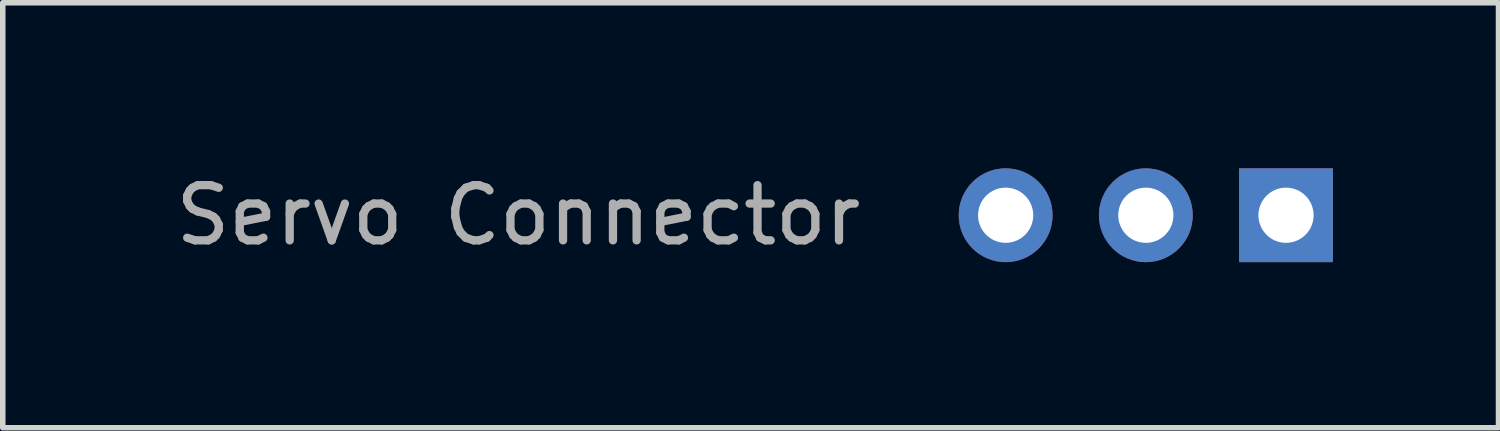
<source format=kicad_pcb>
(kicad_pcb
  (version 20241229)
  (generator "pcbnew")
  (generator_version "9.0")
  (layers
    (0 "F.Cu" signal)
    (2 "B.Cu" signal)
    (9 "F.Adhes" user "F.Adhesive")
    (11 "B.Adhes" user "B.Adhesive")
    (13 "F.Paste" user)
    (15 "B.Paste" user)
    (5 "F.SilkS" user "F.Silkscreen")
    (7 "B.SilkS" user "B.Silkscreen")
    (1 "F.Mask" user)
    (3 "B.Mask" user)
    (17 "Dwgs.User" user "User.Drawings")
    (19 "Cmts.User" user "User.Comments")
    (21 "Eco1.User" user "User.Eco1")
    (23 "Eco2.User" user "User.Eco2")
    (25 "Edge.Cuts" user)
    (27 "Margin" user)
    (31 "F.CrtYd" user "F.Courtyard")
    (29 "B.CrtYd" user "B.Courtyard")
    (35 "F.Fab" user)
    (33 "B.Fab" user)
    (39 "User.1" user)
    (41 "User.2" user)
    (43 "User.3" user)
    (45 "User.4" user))
  (footprint "Servo Connector"
    (layer "F.Cu")
    (at 17.711 0.85)
    (property "Reference" "Servo Connector" (at -5.08 0 0) (layer "F.Fab") (effects (font (size 1 1) (thickness 0.15)) (justify right)))
    (attr through_hole)
    (pad "1" thru_hole circle (at -2.54 0) (size 1.7 1.7) (drill 1) (layers "*.Cu" "*.Mask"))
    (pad "2" thru_hole circle (at 0 0) (size 1.7 1.7) (drill 1) (layers "*.Cu" "*.Mask"))
    (pad "3" thru_hole rect (at 2.54 0) (size 1.7 1.7) (drill 1) (layers "*.Cu" "*.Mask")))
  (gr_rect
    (start -3 -3)
    (end 24.101 4.7)
    (stroke (width 0.1) (type default))
    (fill no)
    (layer "Edge.Cuts")))
</source>
